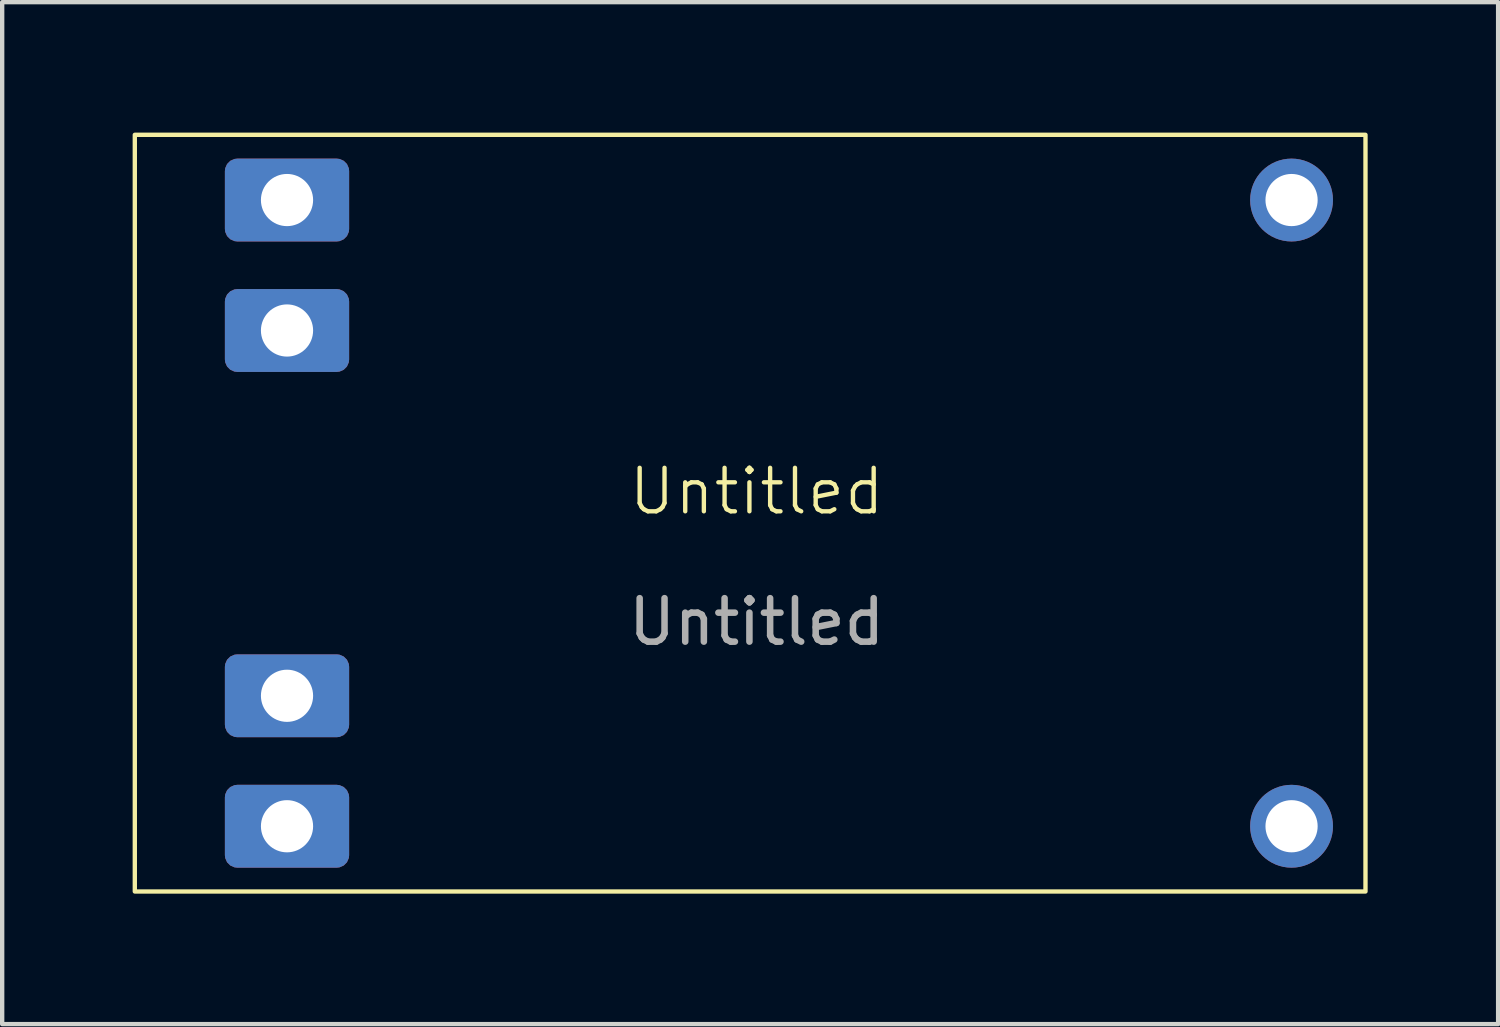
<source format=kicad_pcb>
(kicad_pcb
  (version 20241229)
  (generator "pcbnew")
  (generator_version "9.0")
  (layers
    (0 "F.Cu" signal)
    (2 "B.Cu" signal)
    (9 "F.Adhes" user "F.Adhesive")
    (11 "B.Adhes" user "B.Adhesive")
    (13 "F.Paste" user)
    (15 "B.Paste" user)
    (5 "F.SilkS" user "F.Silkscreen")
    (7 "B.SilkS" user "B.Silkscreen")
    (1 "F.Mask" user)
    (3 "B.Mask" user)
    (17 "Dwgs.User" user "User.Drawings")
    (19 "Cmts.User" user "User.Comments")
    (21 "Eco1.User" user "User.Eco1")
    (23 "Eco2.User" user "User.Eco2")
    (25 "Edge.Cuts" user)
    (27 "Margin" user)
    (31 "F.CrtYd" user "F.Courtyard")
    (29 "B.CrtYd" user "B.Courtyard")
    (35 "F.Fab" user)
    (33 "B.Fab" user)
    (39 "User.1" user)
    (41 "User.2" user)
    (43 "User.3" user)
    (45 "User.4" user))
  (footprint "Untitled"
    (layer "F.Cu")
    (at 14.35 8.75)
    (property "Reference" "Untitled" (at 0 -0.5 0) (unlocked yes) (layer "F.SilkS") (effects (font (size 1 1) (thickness 0.1))))
    (attr smd)
    (fp_rect (start -14.3 -8.7) (end 14 8.7) (stroke (width 0.1) (type solid)) (fill no) (layer "F.SilkS"))
    (fp_text user "${REFERENCE}" (at 0 2.5 0) (unlocked yes) (layer "F.Fab") (effects (font (size 1 1) (thickness 0.15))))
    (pad "" thru_hole circle (at 12.3 -7.2) (size 1.905 1.905) (drill 1.2) (layers "*.Cu" "*.Mask"))
    (pad "" thru_hole circle (at 12.3 7.2) (size 1.905 1.905) (drill 1.2) (layers "*.Cu" "*.Mask"))
    (pad "0" thru_hole roundrect (at -10.8 -7.2) (size 2.857 1.905) (drill 1.2) (layers "*.Cu" "*.Mask") (roundrect_rratio 0.15))
    (pad "0" thru_hole roundrect (at -10.8 -4.2) (size 2.857 1.905) (drill 1.2) (layers "*.Cu" "*.Mask") (roundrect_rratio 0.15))
    (pad "0" thru_hole roundrect (at -10.8 4.2) (size 2.857 1.905) (drill 1.2) (layers "*.Cu" "*.Mask") (roundrect_rratio 0.15))
    (pad "0" thru_hole roundrect (at -10.8 7.2) (size 2.857 1.905) (drill 1.2) (layers "*.Cu" "*.Mask") (roundrect_rratio 0.15)))
  (gr_rect
    (start -3 -3)
    (end 31.4 20.5)
    (stroke (width 0.1) (type default))
    (fill no)
    (layer "Edge.Cuts")))
</source>
